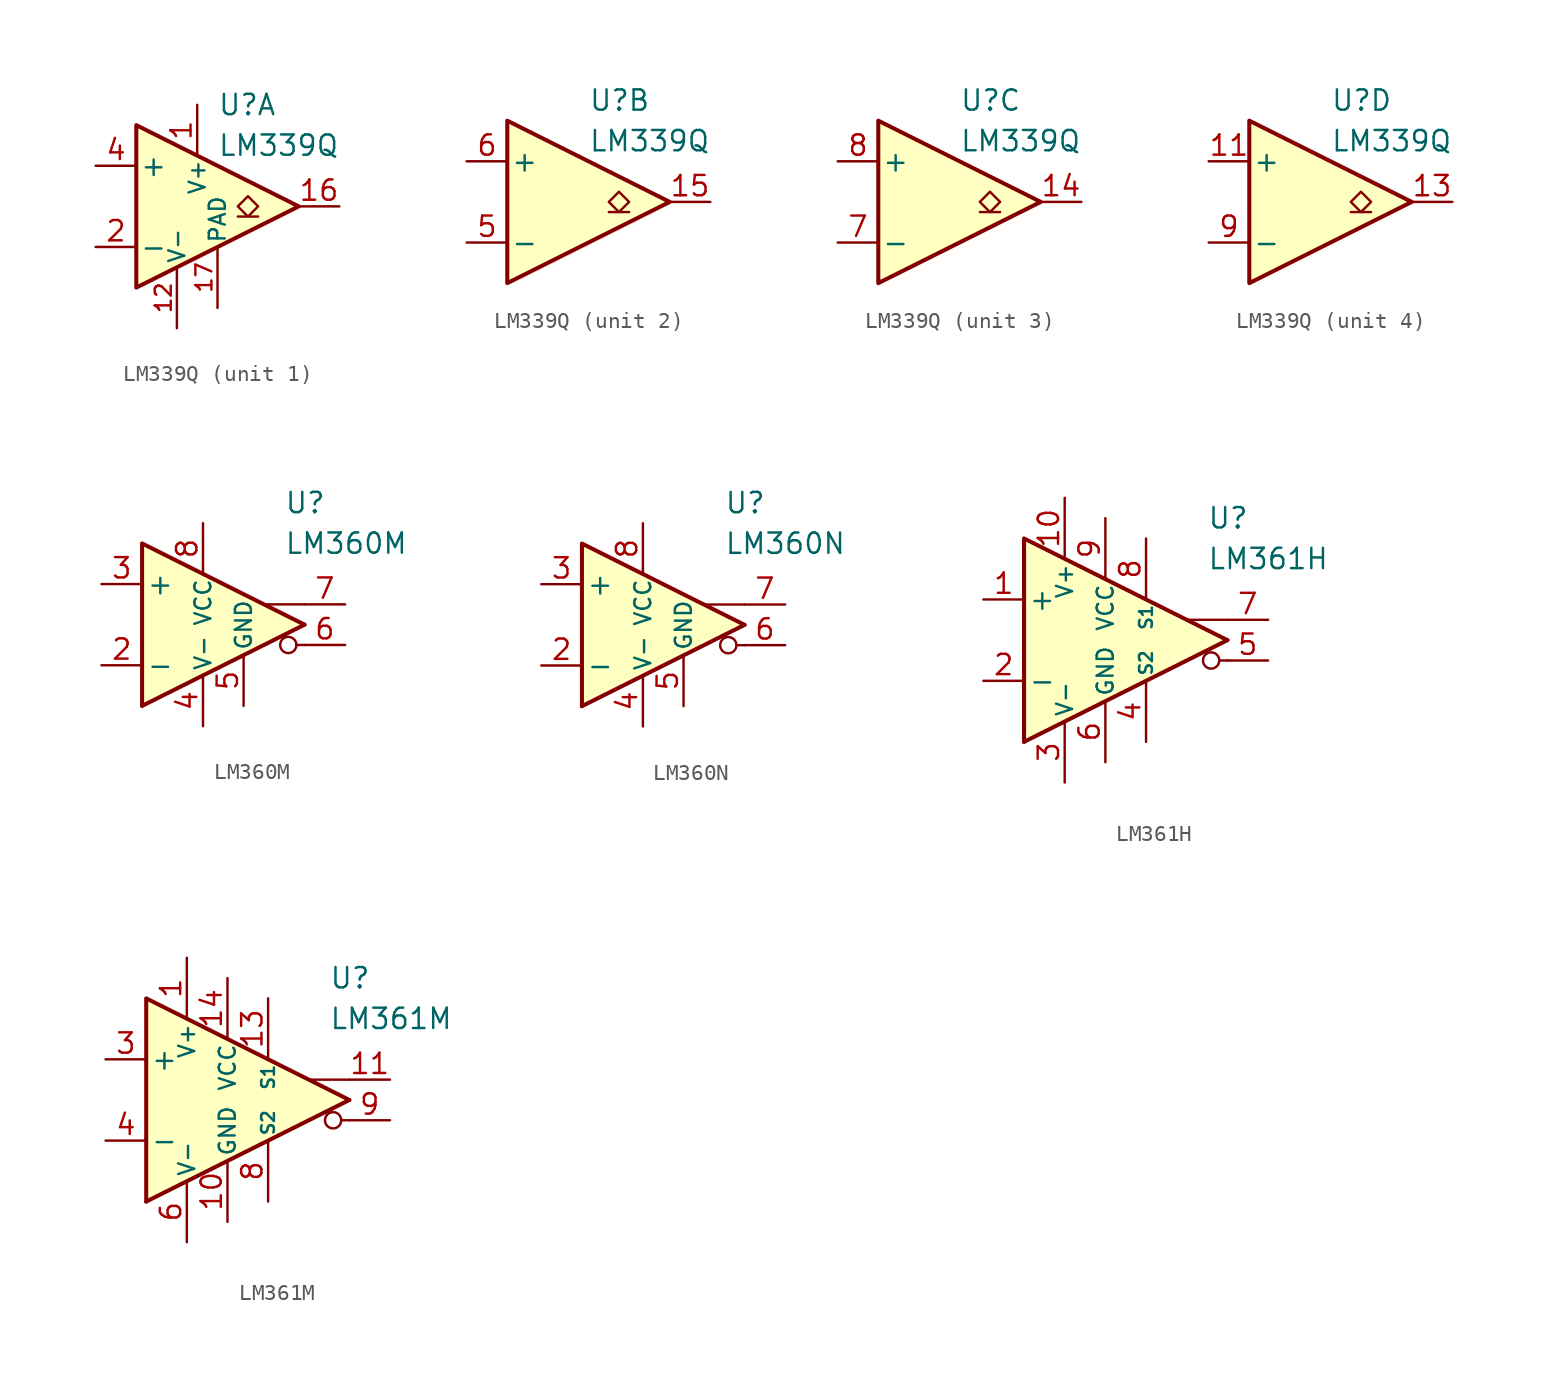
<source format=kicad_sym>
(kicad_symbol_lib
  (version 20231120)
  (generator "kicad_symbol_editor")
  (generator_version "8.0")
  (symbol "LM339Q"
    (pin_names
      (offset 0.2))
    (property "Reference" "U"
      (at 1.27 6.35 0)
      (effects (font (size 1.27 1.27)) (justify left)))
    (property "Value" "LM339Q"
      (at 1.27 3.81 0)
      (effects (font (size 1.27 1.27)) (justify left)))
    (property "ki_locked" ""
      (at 0 0 0)
      (effects (font (size 1.27 1.27))))
    (symbol "LM339Q_0_1"
      (polyline (pts (xy -3.81 5.08) (xy -3.81 -5.08) (xy 6.35 0) (xy -3.81 5.08)) (stroke (width 0.254) (type default)) (fill (type background))))
    (symbol "LM339Q_1_1"
      (polyline (pts (xy 3.81 -0.635) (xy 2.54 -0.635)) (stroke (width 0.152) (type default)) (fill (type none)))
      (polyline (pts (xy 3.175 -0.635) (xy 2.54 0) (xy 3.175 0.635) (xy 3.81 0) (xy 3.175 -0.635)) (stroke (width 0.152) (type default)) (fill (type none)))
      (pin power_in line (at 0 6.35 270) (length 3.18) (name "V+" (effects (font (size 1 1)))) (number "1" (effects (font (size 1.27 1.27)))))
      (pin free line (at -2.54 -1.27 0) (length 2.54) hide (name "NC" (effects (font (size 1.27 1.27)))) (number "10" (effects (font (size 1.27 1.27)))))
      (pin power_in line (at -1.27 -7.62 90) (length 3.81) (name "V-" (effects (font (size 1 1)))) (number "12" (effects (font (size 1 1)))))
      (pin open_collector line (at 8.89 0 180) (length 2.54) (name "~" (effects (font (size 1.27 1.27)))) (number "16" (effects (font (size 1.27 1.27)))))
      (pin power_in line (at 1.27 -6.35 90) (length 3.81) (name "PAD" (effects (font (size 1 1)))) (number "17" (effects (font (size 1 1)))))
      (pin input line (at -6.35 -2.54 0) (length 2.54) (name "-" (effects (font (size 1.27 1.27)))) (number "2" (effects (font (size 1.27 1.27)))))
      (pin free line (at -2.54 1.27 0) (length 2.54) hide (name "NC" (effects (font (size 1.27 1.27)))) (number "3" (effects (font (size 1.27 1.27)))))
      (pin input line (at -6.35 2.54 0) (length 2.54) (name "+" (effects (font (size 1.27 1.27)))) (number "4" (effects (font (size 1.27 1.27))))))
    (symbol "LM339Q_2_1"
      (polyline (pts (xy 3.81 -0.635) (xy 2.54 -0.635)) (stroke (width 0.152) (type default)) (fill (type none)))
      (polyline (pts (xy 3.175 -0.635) (xy 2.54 0) (xy 3.175 0.635) (xy 3.81 0) (xy 3.175 -0.635)) (stroke (width 0.152) (type default)) (fill (type none)))
      (pin open_collector line (at 8.89 0 180) (length 2.54) (name "~" (effects (font (size 1.27 1.27)))) (number "15" (effects (font (size 1.27 1.27)))))
      (pin input line (at -6.35 -2.54 0) (length 2.54) (name "-" (effects (font (size 1.27 1.27)))) (number "5" (effects (font (size 1.27 1.27)))))
      (pin input line (at -6.35 2.54 0) (length 2.54) (name "+" (effects (font (size 1.27 1.27)))) (number "6" (effects (font (size 1.27 1.27))))))
    (symbol "LM339Q_3_1"
      (polyline (pts (xy 3.81 -0.635) (xy 2.54 -0.635)) (stroke (width 0.152) (type default)) (fill (type none)))
      (polyline (pts (xy 3.175 -0.635) (xy 2.54 0) (xy 3.175 0.635) (xy 3.81 0) (xy 3.175 -0.635)) (stroke (width 0.152) (type default)) (fill (type none)))
      (pin open_collector line (at 8.89 0 180) (length 2.54) (name "~" (effects (font (size 1.27 1.27)))) (number "14" (effects (font (size 1.27 1.27)))))
      (pin input line (at -6.35 -2.54 0) (length 2.54) (name "-" (effects (font (size 1.27 1.27)))) (number "7" (effects (font (size 1.27 1.27)))))
      (pin input line (at -6.35 2.54 0) (length 2.54) (name "+" (effects (font (size 1.27 1.27)))) (number "8" (effects (font (size 1.27 1.27))))))
    (symbol "LM339Q_4_1"
      (polyline (pts (xy 3.81 -0.635) (xy 2.54 -0.635)) (stroke (width 0.152) (type default)) (fill (type none)))
      (polyline (pts (xy 3.175 -0.635) (xy 2.54 0) (xy 3.175 0.635) (xy 3.81 0) (xy 3.175 -0.635)) (stroke (width 0.152) (type default)) (fill (type none)))
      (pin input line (at -6.35 2.54 0) (length 2.54) (name "+" (effects (font (size 1.27 1.27)))) (number "11" (effects (font (size 1.27 1.27)))))
      (pin open_collector line (at 8.89 0 180) (length 2.54) (name "~" (effects (font (size 1.27 1.27)))) (number "13" (effects (font (size 1.27 1.27)))))
      (pin input line (at -6.35 -2.54 0) (length 2.54) (name "-" (effects (font (size 1.27 1.27)))) (number "9" (effects (font (size 1.27 1.27)))))))
  (symbol "LM360M"
    (pin_names
      (offset 0.254))
    (property "Reference" "U"
      (at 5.08 7.62 0)
      (effects (font (size 1.27 1.27)) (justify left)))
    (property "Value" "LM360M"
      (at 5.08 5.08 0)
      (effects (font (size 1.27 1.27)) (justify left)))
    (symbol "LM360M_0_0"
      (polyline (pts (xy 6.35 -1.27) (xy 5.842 -1.27)) (stroke (width 0.152) (type default)) (fill (type none)))
      (polyline (pts (xy 6.35 0) (xy -3.81 -5.08)) (stroke (width 0.254) (type default)) (fill (type none)))
      (polyline (pts (xy 6.35 1.27) (xy 3.81 1.27)) (stroke (width 0.152) (type default)) (fill (type none)))
      (polyline (pts (xy 6.35 0) (xy -3.81 5.08) (xy -3.81 -5.08)) (stroke (width 0.254) (type default)) (fill (type background)))
      (circle (center 5.334 -1.27) (radius 0.508) (stroke (width 0.152) (type default)) (fill (type none))))
    (symbol "LM360M_1_1"
      (pin no_connect line (at -2.54 0 0) (length 2.54) hide (name "NC" (effects (font (size 1.27 1.27)))) (number "1" (effects (font (size 1.27 1.27)))))
      (pin input line (at -6.35 -2.54 0) (length 2.54) (name "-" (effects (font (size 1.27 1.27)))) (number "2" (effects (font (size 1.27 1.27)))))
      (pin input line (at -6.35 2.54 0) (length 2.54) (name "+" (effects (font (size 1.27 1.27)))) (number "3" (effects (font (size 1.27 1.27)))))
      (pin power_in line (at 0 -6.35 90) (length 3.18) (name "V-" (effects (font (size 1 1)))) (number "4" (effects (font (size 1.27 1.27)))))
      (pin power_in line (at 2.54 -5.08 90) (length 3.18) (name "GND" (effects (font (size 1 1)))) (number "5" (effects (font (size 1.27 1.27)))))
      (pin output line (at 8.89 -1.27 180) (length 2.54) (name "~" (effects (font (size 1.27 1.27)))) (number "6" (effects (font (size 1.27 1.27)))))
      (pin output line (at 8.89 1.27 180) (length 2.54) (name "~" (effects (font (size 1.27 1.27)))) (number "7" (effects (font (size 1.27 1.27)))))
      (pin power_in line (at 0 6.35 270) (length 3.18) (name "VCC" (effects (font (size 1 1)))) (number "8" (effects (font (size 1.27 1.27)))))))
  (symbol "LM360N"
    (pin_names
      (offset 0.254))
    (property "Reference" "U"
      (at 5.08 7.62 0)
      (effects (font (size 1.27 1.27)) (justify left)))
    (property "Value" "LM360N"
      (at 5.08 5.08 0)
      (effects (font (size 1.27 1.27)) (justify left)))
    (symbol "LM360N_0_0"
      (polyline (pts (xy 6.35 -1.27) (xy 5.842 -1.27)) (stroke (width 0.152) (type default)) (fill (type none)))
      (polyline (pts (xy 6.35 0) (xy -3.81 -5.08)) (stroke (width 0.254) (type default)) (fill (type none)))
      (polyline (pts (xy 6.35 1.27) (xy 3.81 1.27)) (stroke (width 0.152) (type default)) (fill (type none)))
      (polyline (pts (xy 6.35 0) (xy -3.81 5.08) (xy -3.81 -5.08)) (stroke (width 0.254) (type default)) (fill (type background)))
      (circle (center 5.334 -1.27) (radius 0.508) (stroke (width 0.152) (type default)) (fill (type none))))
    (symbol "LM360N_1_1"
      (pin no_connect line (at -2.54 0 0) (length 2.54) hide (name "NC" (effects (font (size 1.27 1.27)))) (number "1" (effects (font (size 1.27 1.27)))))
      (pin input line (at -6.35 -2.54 0) (length 2.54) (name "-" (effects (font (size 1.27 1.27)))) (number "2" (effects (font (size 1.27 1.27)))))
      (pin input line (at -6.35 2.54 0) (length 2.54) (name "+" (effects (font (size 1.27 1.27)))) (number "3" (effects (font (size 1.27 1.27)))))
      (pin power_in line (at 0 -6.35 90) (length 3.18) (name "V-" (effects (font (size 1 1)))) (number "4" (effects (font (size 1.27 1.27)))))
      (pin power_in line (at 2.54 -5.08 90) (length 3.18) (name "GND" (effects (font (size 1 1)))) (number "5" (effects (font (size 1.27 1.27)))))
      (pin output line (at 8.89 -1.27 180) (length 2.54) (name "~" (effects (font (size 1.27 1.27)))) (number "6" (effects (font (size 1.27 1.27)))))
      (pin output line (at 8.89 1.27 180) (length 2.54) (name "~" (effects (font (size 1.27 1.27)))) (number "7" (effects (font (size 1.27 1.27)))))
      (pin power_in line (at 0 6.35 270) (length 3.18) (name "VCC" (effects (font (size 1 1)))) (number "8" (effects (font (size 1.27 1.27)))))))
  (symbol "LM361H"
    (pin_names
      (offset 0.254))
    (property "Reference" "U"
      (at 6.35 7.62 0)
      (effects (font (size 1.27 1.27)) (justify left)))
    (property "Value" "LM361H"
      (at 6.35 5.08 0)
      (effects (font (size 1.27 1.27)) (justify left)))
    (symbol "LM361H_0_0"
      (polyline (pts (xy 7.62 -1.27) (xy 7.112 -1.27)) (stroke (width 0.152) (type default)) (fill (type none)))
      (polyline (pts (xy 7.62 0) (xy -5.08 -6.35)) (stroke (width 0.254) (type default)) (fill (type none)))
      (polyline (pts (xy 7.62 1.27) (xy 5.08 1.27)) (stroke (width 0.152) (type default)) (fill (type none)))
      (polyline (pts (xy 7.62 0) (xy -5.08 6.35) (xy -5.08 -6.35)) (stroke (width 0.254) (type default)) (fill (type background)))
      (circle (center 6.604 -1.27) (radius 0.508) (stroke (width 0.152) (type default)) (fill (type none))))
    (symbol "LM361H_1_1"
      (pin input line (at -7.62 2.54 0) (length 2.54) (name "+" (effects (font (size 1.27 1.27)))) (number "1" (effects (font (size 1.27 1.27)))))
      (pin power_in line (at -2.54 8.89 270) (length 3.81) (name "V+" (effects (font (size 1 1)))) (number "10" (effects (font (size 1.27 1.27)))))
      (pin input line (at -7.62 -2.54 0) (length 2.54) (name "-" (effects (font (size 1.27 1.27)))) (number "2" (effects (font (size 1.27 1.27)))))
      (pin power_in line (at -2.54 -8.89 90) (length 3.81) (name "V-" (effects (font (size 1 1)))) (number "3" (effects (font (size 1.27 1.27)))))
      (pin input line (at 2.54 -6.35 90) (length 3.81) (name "S2" (effects (font (size 0.8 0.8)))) (number "4" (effects (font (size 1.27 1.27)))))
      (pin output line (at 10.16 -1.27 180) (length 2.54) (name "~" (effects (font (size 1.27 1.27)))) (number "5" (effects (font (size 1.27 1.27)))))
      (pin power_in line (at 0 -7.62 90) (length 3.81) (name "GND" (effects (font (size 1 1)))) (number "6" (effects (font (size 1.27 1.27)))))
      (pin output line (at 10.16 1.27 180) (length 2.54) (name "~" (effects (font (size 1.27 1.27)))) (number "7" (effects (font (size 1.27 1.27)))))
      (pin input line (at 2.54 6.35 270) (length 3.81) (name "S1" (effects (font (size 0.8 0.8)))) (number "8" (effects (font (size 1.27 1.27)))))
      (pin power_in line (at 0 7.62 270) (length 3.81) (name "VCC" (effects (font (size 1 1)))) (number "9" (effects (font (size 1.27 1.27)))))))
  (symbol "LM361M"
    (pin_names
      (offset 0.254))
    (property "Reference" "U"
      (at 6.35 7.62 0)
      (effects (font (size 1.27 1.27)) (justify left)))
    (property "Value" "LM361M"
      (at 6.35 5.08 0)
      (effects (font (size 1.27 1.27)) (justify left)))
    (symbol "LM361M_0_0"
      (polyline (pts (xy 7.62 -1.27) (xy 7.112 -1.27)) (stroke (width 0.152) (type default)) (fill (type none)))
      (polyline (pts (xy 7.62 0) (xy -5.08 -6.35)) (stroke (width 0.254) (type default)) (fill (type none)))
      (polyline (pts (xy 7.62 1.27) (xy 5.08 1.27)) (stroke (width 0.152) (type default)) (fill (type none)))
      (polyline (pts (xy 7.62 0) (xy -5.08 6.35) (xy -5.08 -6.35)) (stroke (width 0.254) (type default)) (fill (type background)))
      (circle (center 6.604 -1.27) (radius 0.508) (stroke (width 0.152) (type default)) (fill (type none))))
    (symbol "LM361M_1_1"
      (pin power_in line (at -2.54 8.89 270) (length 3.81) (name "V+" (effects (font (size 1 1)))) (number "1" (effects (font (size 1.27 1.27)))))
      (pin power_in line (at 0 -7.62 90) (length 3.81) (name "GND" (effects (font (size 1 1)))) (number "10" (effects (font (size 1.27 1.27)))))
      (pin output line (at 10.16 1.27 180) (length 2.54) (name "~" (effects (font (size 1.27 1.27)))) (number "11" (effects (font (size 1.27 1.27)))))
      (pin no_connect line (at 1.27 -2.54 90) (length 2.54) hide (name "NC" (effects (font (size 1.27 1.27)))) (number "12" (effects (font (size 1.27 1.27)))))
      (pin input line (at 2.54 6.35 270) (length 3.81) (name "S1" (effects (font (size 0.8 0.8)))) (number "13" (effects (font (size 1.27 1.27)))))
      (pin power_in line (at 0 7.62 270) (length 3.81) (name "VCC" (effects (font (size 1 1)))) (number "14" (effects (font (size 1.27 1.27)))))
      (pin no_connect line (at -1.27 2.54 270) (length 2.54) hide (name "NC" (effects (font (size 1.27 1.27)))) (number "2" (effects (font (size 1.27 1.27)))))
      (pin input line (at -7.62 2.54 0) (length 2.54) (name "+" (effects (font (size 1.27 1.27)))) (number "3" (effects (font (size 1.27 1.27)))))
      (pin input line (at -7.62 -2.54 0) (length 2.54) (name "-" (effects (font (size 1.27 1.27)))) (number "4" (effects (font (size 1.27 1.27)))))
      (pin no_connect line (at -1.27 -2.54 90) (length 2.54) hide (name "NC" (effects (font (size 1.27 1.27)))) (number "5" (effects (font (size 1.27 1.27)))))
      (pin power_in line (at -2.54 -8.89 90) (length 3.81) (name "V-" (effects (font (size 1 1)))) (number "6" (effects (font (size 1.27 1.27)))))
      (pin no_connect line (at 1.27 2.54 270) (length 2.54) hide (name "NC" (effects (font (size 1.27 1.27)))) (number "7" (effects (font (size 1.27 1.27)))))
      (pin input line (at 2.54 -6.35 90) (length 3.81) (name "S2" (effects (font (size 0.8 0.8)))) (number "8" (effects (font (size 1.27 1.27)))))
      (pin output line (at 10.16 -1.27 180) (length 2.54) (name "~" (effects (font (size 1.27 1.27)))) (number "9" (effects (font (size 1.27 1.27))))))))
</source>
